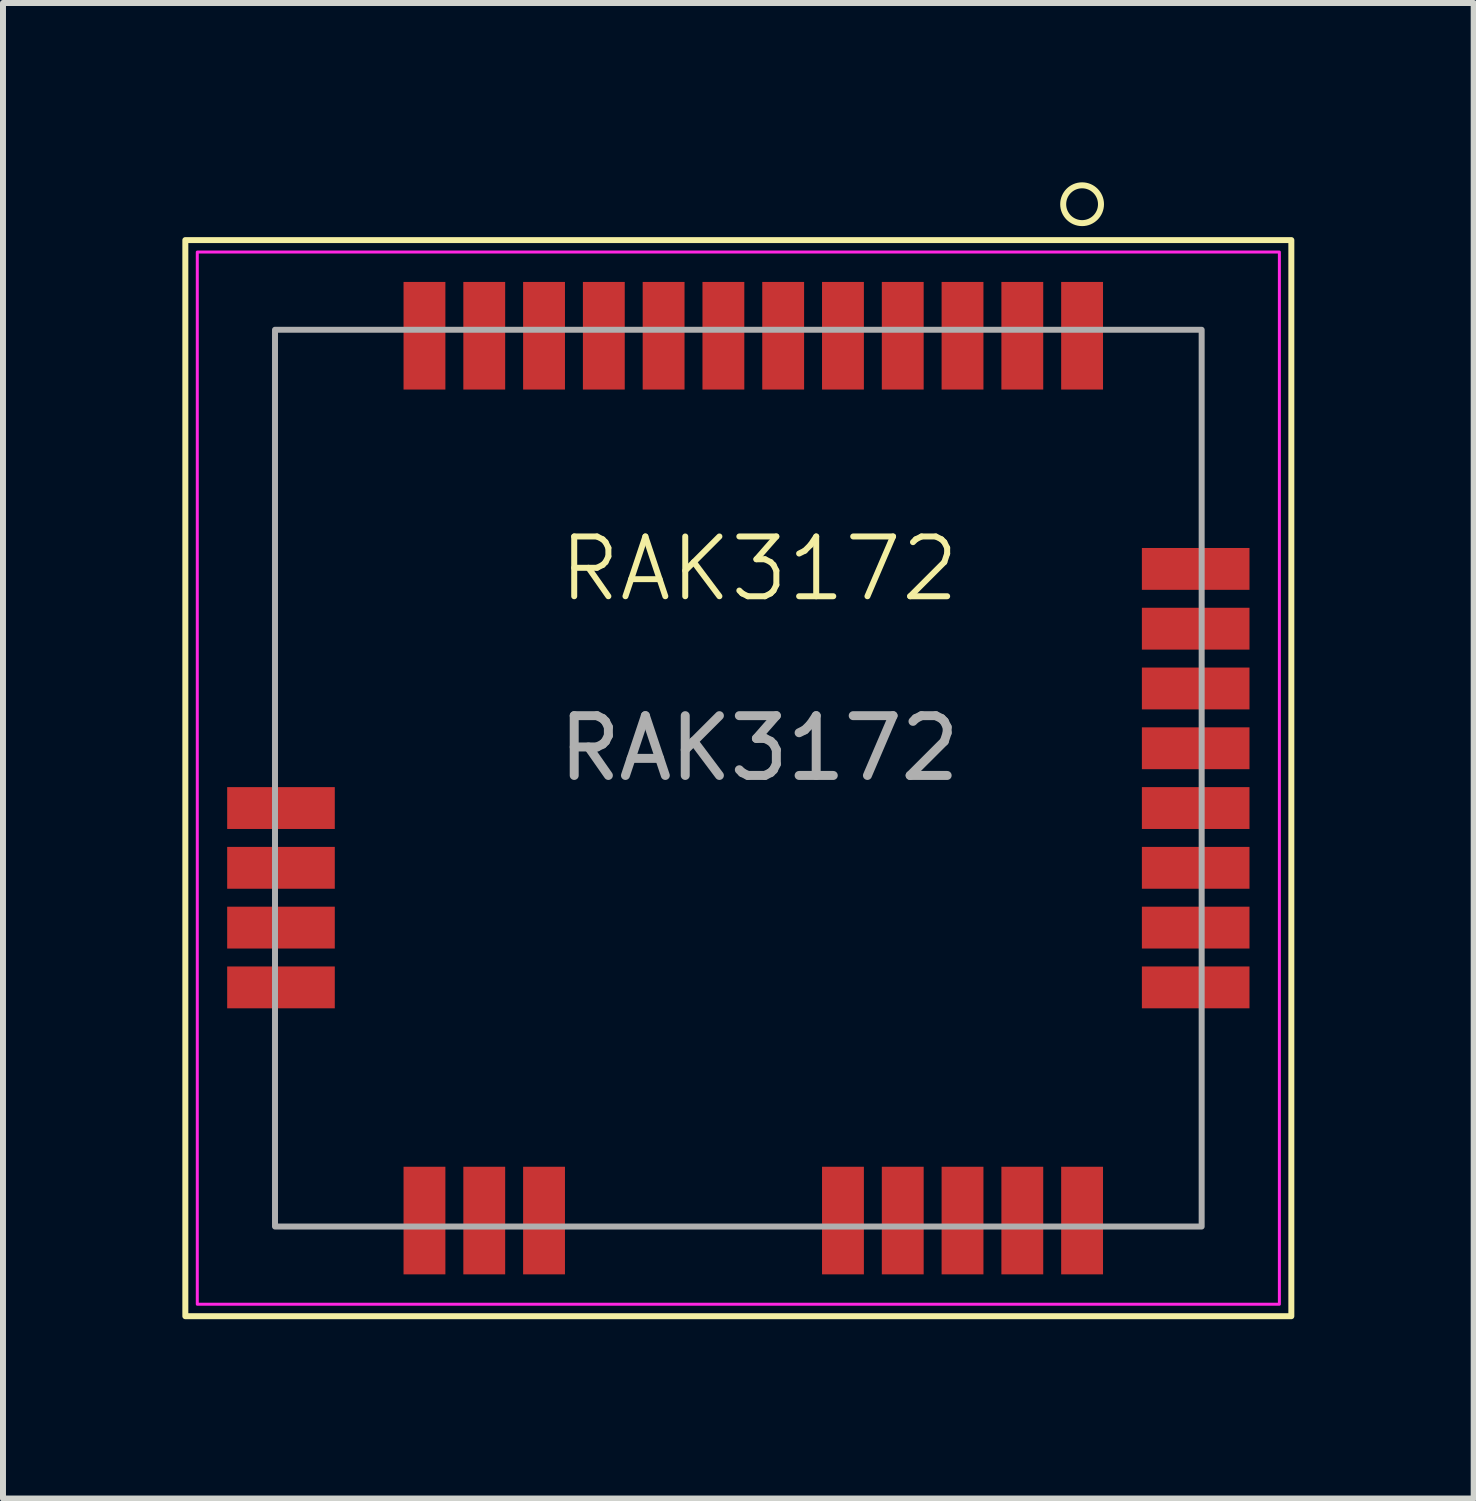
<source format=kicad_pcb>
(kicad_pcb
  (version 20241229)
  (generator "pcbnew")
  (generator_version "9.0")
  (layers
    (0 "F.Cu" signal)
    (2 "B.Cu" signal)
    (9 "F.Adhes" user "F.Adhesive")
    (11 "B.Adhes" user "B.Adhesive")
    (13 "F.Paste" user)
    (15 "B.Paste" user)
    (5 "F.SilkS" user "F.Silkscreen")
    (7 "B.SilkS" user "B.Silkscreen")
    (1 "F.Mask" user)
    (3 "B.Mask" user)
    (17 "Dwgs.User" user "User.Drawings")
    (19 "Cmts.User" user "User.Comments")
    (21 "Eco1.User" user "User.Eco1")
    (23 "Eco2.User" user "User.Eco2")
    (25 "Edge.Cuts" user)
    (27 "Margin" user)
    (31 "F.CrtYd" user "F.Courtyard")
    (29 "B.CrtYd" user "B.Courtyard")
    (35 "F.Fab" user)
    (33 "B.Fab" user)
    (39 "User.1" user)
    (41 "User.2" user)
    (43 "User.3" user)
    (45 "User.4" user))
  (footprint "RAK3172"
    (layer "F.Cu")
    (at 1.55 2.466)
    (property "Reference" "RAK3172" (at 8.1 4 0) (unlocked yes) (layer "F.SilkS") (effects (font (size 1 1) (thickness 0.1))))
    (attr smd)
    (fp_rect (start -1.5 -1.5) (end 17 16.5) (stroke (width 0.1) (type default)) (fill no) (layer "F.SilkS"))
    (fp_circle (center 13.5 -2.1) (end 13.6 -1.8) (stroke (width 0.1) (type default)) (fill no) (layer "F.SilkS"))
    (fp_rect (start -1.3 -1.3) (end 16.8 16.3) (stroke (width 0.05) (type default)) (fill no) (layer "F.CrtYd"))
    (fp_rect (start 0 0) (end 15.5 15) (stroke (width 0.1) (type default)) (fill no) (layer "F.Fab"))
    (fp_text user "${REFERENCE}" (at 8.1 7 0) (unlocked yes) (layer "F.Fab") (effects (font (size 1 1) (thickness 0.15))))
    (pad "1" smd rect (at 13.5 0.1) (size 0.7 1.8) (layers "F.Cu" "F.Mask" "F.Paste"))
    (pad "2" smd rect (at 12.5 0.1) (size 0.7 1.8) (layers "F.Cu" "F.Mask" "F.Paste"))
    (pad "3" smd rect (at 11.5 0.1) (size 0.7 1.8) (layers "F.Cu" "F.Mask" "F.Paste"))
    (pad "4" smd rect (at 10.5 0.1) (size 0.7 1.8) (layers "F.Cu" "F.Mask" "F.Paste"))
    (pad "5" smd rect (at 9.5 0.1) (size 0.7 1.8) (layers "F.Cu" "F.Mask" "F.Paste"))
    (pad "6" smd rect (at 8.5 0.1) (size 0.7 1.8) (layers "F.Cu" "F.Mask" "F.Paste"))
    (pad "7" smd rect (at 7.5 0.1) (size 0.7 1.8) (layers "F.Cu" "F.Mask" "F.Paste"))
    (pad "8" smd rect (at 6.5 0.1) (size 0.7 1.8) (layers "F.Cu" "F.Mask" "F.Paste"))
    (pad "9" smd rect (at 5.5 0.1) (size 0.7 1.8) (layers "F.Cu" "F.Mask" "F.Paste"))
    (pad "10" smd rect (at 4.5 0.1) (size 0.7 1.8) (layers "F.Cu" "F.Mask" "F.Paste"))
    (pad "11" smd rect (at 3.5 0.1) (size 0.7 1.8) (layers "F.Cu" "F.Mask" "F.Paste"))
    (pad "12" smd rect (at 2.5 0.1) (size 0.7 1.8) (layers "F.Cu" "F.Mask" "F.Paste"))
    (pad "13" smd rect (at 0.1 8 90) (size 0.7 1.8) (layers "F.Cu" "F.Mask" "F.Paste"))
    (pad "14" smd rect (at 0.1 9 90) (size 0.7 1.8) (layers "F.Cu" "F.Mask" "F.Paste"))
    (pad "15" smd rect (at 0.1 10 90) (size 0.7 1.8) (layers "F.Cu" "F.Mask" "F.Paste"))
    (pad "16" smd rect (at 0.1 11 90) (size 0.7 1.8) (layers "F.Cu" "F.Mask" "F.Paste"))
    (pad "17" smd rect (at 2.5 14.9) (size 0.7 1.8) (layers "F.Cu" "F.Mask" "F.Paste"))
    (pad "18" smd rect (at 3.5 14.9) (size 0.7 1.8) (layers "F.Cu" "F.Mask" "F.Paste"))
    (pad "19" smd rect (at 4.5 14.9) (size 0.7 1.8) (layers "F.Cu" "F.Mask" "F.Paste"))
    (pad "20" smd rect (at 9.5 14.9) (size 0.7 1.8) (layers "F.Cu" "F.Mask" "F.Paste"))
    (pad "21" smd rect (at 10.5 14.9) (size 0.7 1.8) (layers "F.Cu" "F.Mask" "F.Paste"))
    (pad "22" smd rect (at 11.5 14.9) (size 0.7 1.8) (layers "F.Cu" "F.Mask" "F.Paste"))
    (pad "23" smd rect (at 12.5 14.9) (size 0.7 1.8) (layers "F.Cu" "F.Mask" "F.Paste"))
    (pad "24" smd rect (at 13.5 14.9) (size 0.7 1.8) (layers "F.Cu" "F.Mask" "F.Paste"))
    (pad "25" smd rect (at 15.4 11 90) (size 0.7 1.8) (layers "F.Cu" "F.Mask" "F.Paste"))
    (pad "26" smd rect (at 15.4 10 90) (size 0.7 1.8) (layers "F.Cu" "F.Mask" "F.Paste"))
    (pad "27" smd rect (at 15.4 9 90) (size 0.7 1.8) (layers "F.Cu" "F.Mask" "F.Paste"))
    (pad "28" smd rect (at 15.4 8 90) (size 0.7 1.8) (layers "F.Cu" "F.Mask" "F.Paste"))
    (pad "29" smd rect (at 15.4 7 90) (size 0.7 1.8) (layers "F.Cu" "F.Mask" "F.Paste"))
    (pad "30" smd rect (at 15.4 6 90) (size 0.7 1.8) (layers "F.Cu" "F.Mask" "F.Paste"))
    (pad "31" smd rect (at 15.4 5 90) (size 0.7 1.8) (layers "F.Cu" "F.Mask" "F.Paste"))
    (pad "32" smd rect (at 15.4 4 90) (size 0.7 1.8) (layers "F.Cu" "F.Mask" "F.Paste")))
  (gr_rect
    (start -3 -3)
    (end 21.6 22.016)
    (stroke (width 0.1) (type default))
    (fill no)
    (layer "Edge.Cuts")))
</source>
